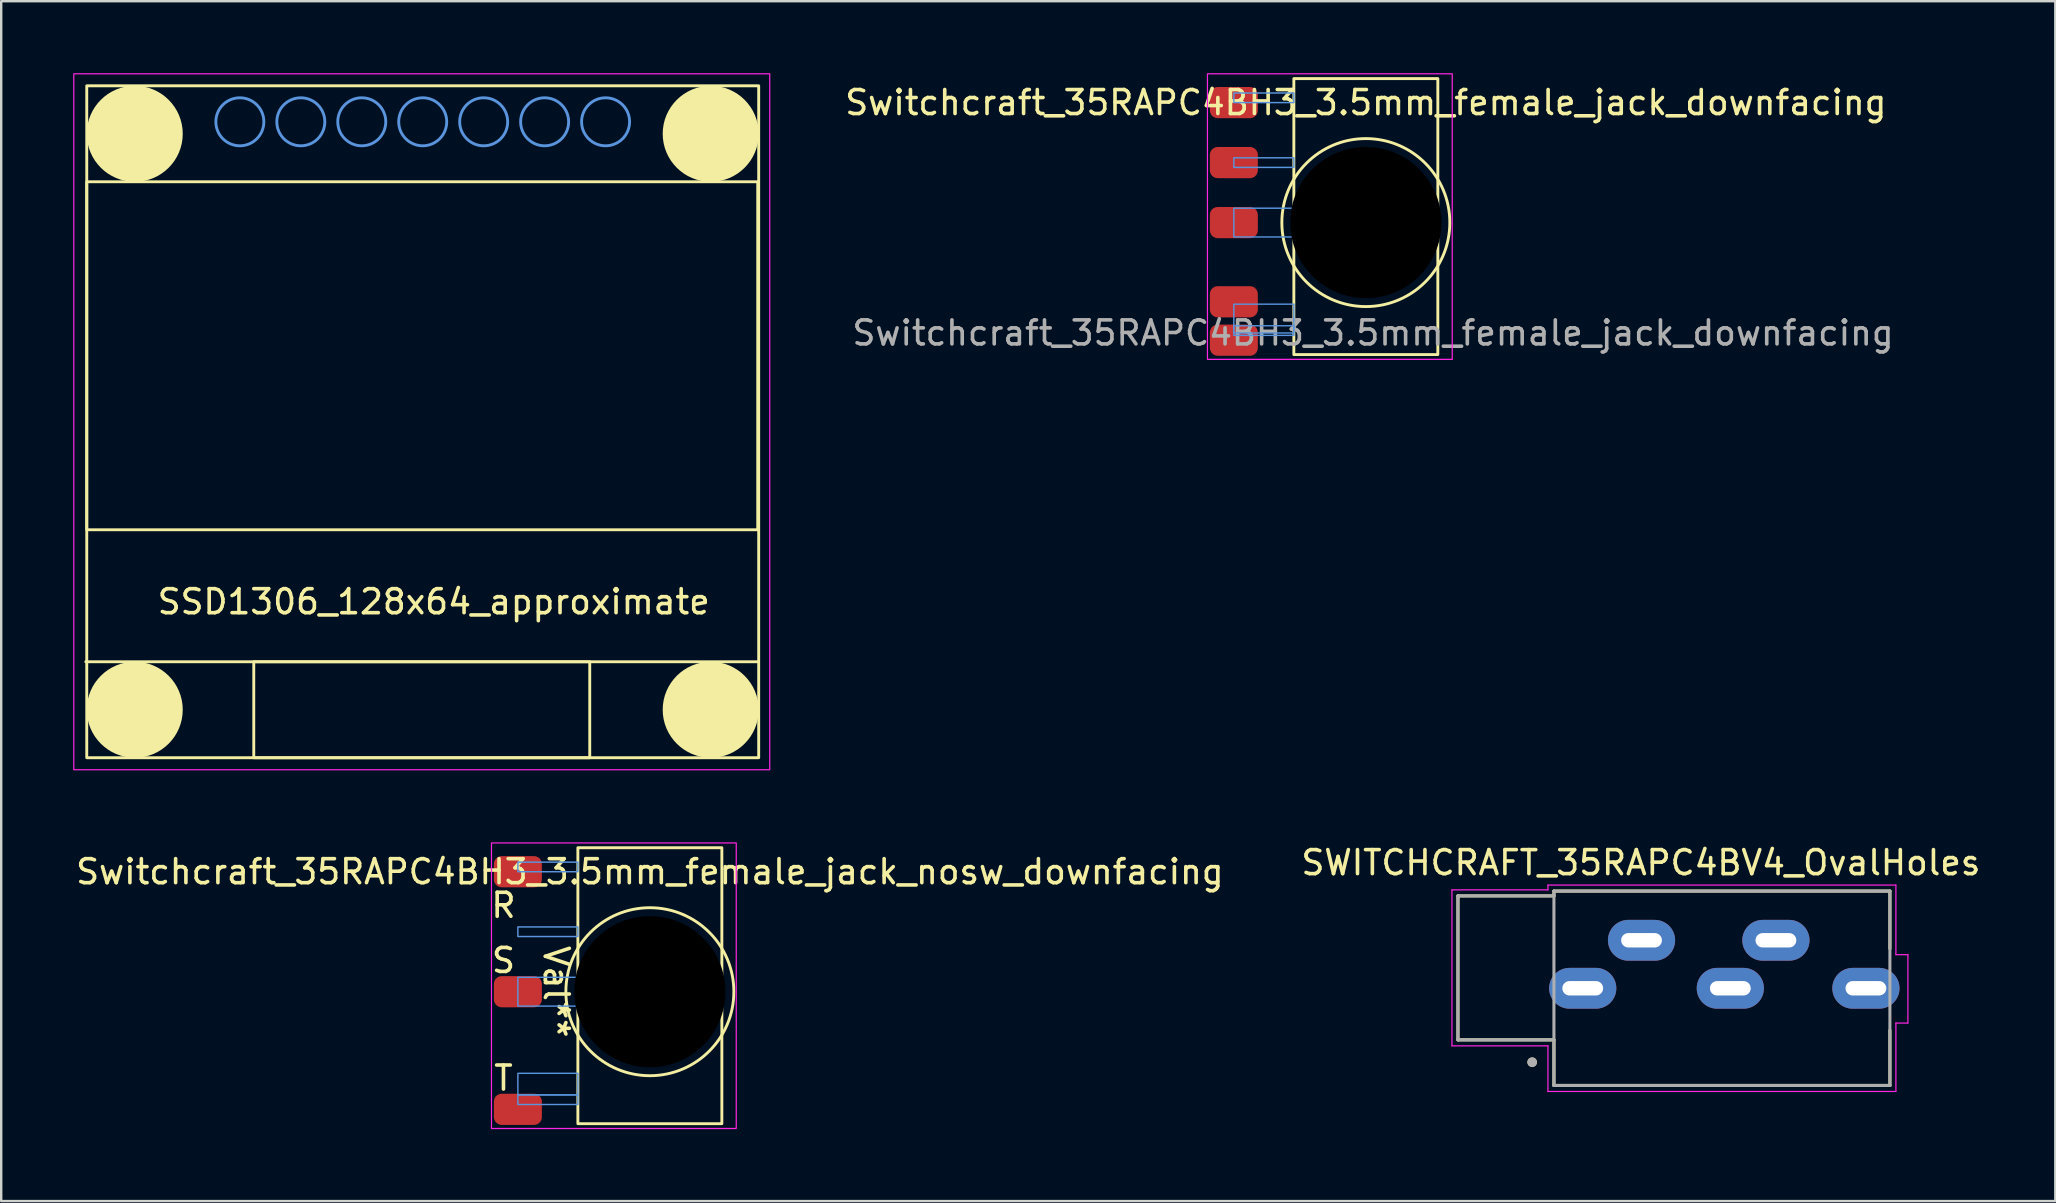
<source format=kicad_pcb>
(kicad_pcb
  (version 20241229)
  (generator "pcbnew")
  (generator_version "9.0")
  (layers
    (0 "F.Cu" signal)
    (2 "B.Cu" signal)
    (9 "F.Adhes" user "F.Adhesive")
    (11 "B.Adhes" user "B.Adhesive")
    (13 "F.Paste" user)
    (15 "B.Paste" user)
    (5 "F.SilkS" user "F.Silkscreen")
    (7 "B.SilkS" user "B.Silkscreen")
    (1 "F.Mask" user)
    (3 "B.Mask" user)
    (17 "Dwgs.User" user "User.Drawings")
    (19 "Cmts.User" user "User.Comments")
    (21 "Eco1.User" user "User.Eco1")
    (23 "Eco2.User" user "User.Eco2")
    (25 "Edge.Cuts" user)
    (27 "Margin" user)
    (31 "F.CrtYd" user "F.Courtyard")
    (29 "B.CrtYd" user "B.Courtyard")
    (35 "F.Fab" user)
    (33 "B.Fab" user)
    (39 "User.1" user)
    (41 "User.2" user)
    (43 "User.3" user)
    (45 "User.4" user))
  (footprint "SSD1306_128x64_approximate"
    (layer "F.Cu")
    (at 0.565 0.525)
    (property "Reference" "SSD1306_128x64_approximate" (at 14.46 21.5 0) (layer "F.SilkS") (effects (font (size 1 1) (thickness 0.15))))
    (attr through_hole)
    (fp_line (start -0.04 24) (end 27.96 24) (stroke (width 0.12) (type solid)) (layer "F.SilkS"))
    (fp_rect (start 0 0) (end 28 28) (stroke (width 0.12) (type solid)) (fill no) (layer "F.SilkS"))
    (fp_rect (start 6.96 24) (end 20.96 28) (stroke (width 0.12) (type solid)) (fill no) (layer "F.SilkS"))
    (fp_rect (start 27.96 4) (end 0 18.5) (stroke (width 0.12) (type solid)) (fill no) (layer "F.SilkS"))
    (fp_circle (center 2 2) (end 4 2) (stroke (width 0) (type solid)) (fill yes) (layer "F.SilkS"))
    (fp_circle (center 2 26) (end 4 26) (stroke (width 0) (type solid)) (fill yes) (layer "F.SilkS"))
    (fp_circle (center 26 2) (end 28 2) (stroke (width 0) (type solid)) (fill yes) (layer "F.SilkS"))
    (fp_circle (center 26 26) (end 28 26) (stroke (width 0) (type solid)) (fill yes) (layer "F.SilkS"))
    (fp_circle (center 6.38 1.5) (end 7.38 1.5) (stroke (width 0.12) (type solid)) (fill no) (layer "Cmts.User"))
    (fp_circle (center 8.92 1.5) (end 9.92 1.5) (stroke (width 0.12) (type solid)) (fill no) (layer "Cmts.User"))
    (fp_circle (center 11.46 1.5) (end 12.46 1.5) (stroke (width 0.12) (type solid)) (fill no) (layer "Cmts.User"))
    (fp_circle (center 14 1.5) (end 15 1.5) (stroke (width 0.12) (type solid)) (fill no) (layer "Cmts.User"))
    (fp_circle (center 16.54 1.5) (end 17.54 1.5) (stroke (width 0.12) (type solid)) (fill no) (layer "Cmts.User"))
    (fp_circle (center 19.08 1.5) (end 20.08 1.5) (stroke (width 0.12) (type solid)) (fill no) (layer "Cmts.User"))
    (fp_circle (center 21.62 1.5) (end 22.62 1.5) (stroke (width 0.12) (type solid)) (fill no) (layer "Cmts.User"))
    (fp_rect (start -0.54 -0.5) (end 28.46 28.5) (stroke (width 0.05) (type solid)) (fill no) (layer "F.CrtYd")))
  (footprint "Switchcraft_35RAPC4BH3_3.5mm_female_jack_nosw_downfacing"
    (layer "F.Cu")
    (at 24.03 38.275)
    (property "Reference" "Switchcraft_35RAPC4BH3_3.5mm_female_jack_nosw_downfacing" (at 0 -5 0) (layer "F.SilkS") (effects (font (size 1 1) (thickness 0.15))))
    (property "Value" "Val**" (at -4.7 -3.3 0) (layer "F.Fab") (hide yes) (effects (font (size 1 1) (thickness 0.125))))
    (attr through_hole)
    (fp_rect (start -3 -6) (end 3 5.5) (stroke (width 0.12) (type solid)) (fill no) (layer "F.SilkS"))
    (fp_circle (center 0 0) (end 3.5 0) (stroke (width 0.12) (type solid)) (fill no) (layer "F.SilkS"))
    (fp_rect (start -5.5 -0.6) (end -3 0.6) (stroke (width 0.06) (type solid)) (fill no) (layer "Cmts.User"))
    (fp_rect (start -5.5 3.4) (end -3 4.3) (stroke (width 0.06) (type solid)) (fill no) (layer "Cmts.User"))
    (fp_rect (start -3 -5.4) (end -5.5 -5) (stroke (width 0.06) (type solid)) (fill no) (layer "Cmts.User"))
    (fp_rect (start -3 -2.7) (end -5.5 -2.3) (stroke (width 0.06) (type solid)) (fill no) (layer "Cmts.User"))
    (fp_rect (start -3 4.3) (end -5.5 4.7) (stroke (width 0.06) (type solid)) (fill no) (layer "Cmts.User"))
    (fp_rect (start -6.6 -6.2) (end 3.6 5.7) (stroke (width 0.05) (type solid)) (fill no) (layer "F.CrtYd"))
    (fp_text user "R" (at -6.1 -3.6 0) (unlocked yes) (layer "F.SilkS") (effects (font (size 1 1) (thickness 0.15))))
    (fp_text user "S" (at -6.1 -1.3 0) (unlocked yes) (layer "F.SilkS") (effects (font (size 1 1) (thickness 0.15))))
    (fp_text user "T" (at -6.1 3.6 0) (unlocked yes) (layer "F.SilkS") (effects (font (size 1 1) (thickness 0.15))))
    (fp_text user "${VALUE}" (at -3.9 0 270) (unlocked yes) (layer "F.SilkS") (effects (font (size 1 1) (thickness 0.15))))
    (pad "" np_thru_hole circle (at 0 0) (size 6.3 6.3) (drill 6.3) (layers "*.Mask"))
    (pad "1" smd roundrect (at -5.5 0) (size 2 1.3) (layers "F.Cu" "F.Mask" "F.Paste") (roundrect_rratio 0.25))
    (pad "2" smd roundrect (at -5.5 -5) (size 2 1.3) (layers "F.Cu" "F.Mask" "F.Paste") (roundrect_rratio 0.25))
    (pad "5" smd roundrect (at -5.5 4.9) (size 2 1.3) (layers "F.Cu" "F.Mask" "F.Paste") (roundrect_rratio 0.25)))
  (footprint "Switchcraft_35RAPC4BH3_3.5mm_female_jack_downfacing"
    (layer "F.Cu")
    (at 53.865 6.225)
    (property "Reference" "Switchcraft_35RAPC4BH3_3.5mm_female_jack_downfacing" (at 0 -5 0) (layer "F.SilkS") (effects (font (size 1 1) (thickness 0.15))))
    (attr through_hole)
    (fp_rect (start -3 -6) (end 3 5.5) (stroke (width 0.12) (type solid)) (fill no) (layer "F.SilkS"))
    (fp_circle (center 0 0) (end 3.5 0) (stroke (width 0.12) (type solid)) (fill no) (layer "F.SilkS"))
    (fp_rect (start -5.5 -0.6) (end -3 0.6) (stroke (width 0.06) (type solid)) (fill no) (layer "Cmts.User"))
    (fp_rect (start -5.5 3.4) (end -3 4.6) (stroke (width 0.06) (type solid)) (fill no) (layer "Cmts.User"))
    (fp_rect (start -3 -5.4) (end -5.5 -5) (stroke (width 0.06) (type solid)) (fill no) (layer "Cmts.User"))
    (fp_rect (start -3 -2.7) (end -5.5 -2.3) (stroke (width 0.06) (type solid)) (fill no) (layer "Cmts.User"))
    (fp_rect (start -3 4.3) (end -5.5 4.7) (stroke (width 0.06) (type solid)) (fill no) (layer "Cmts.User"))
    (fp_rect (start -6.6 -6.2) (end 3.6 5.7) (stroke (width 0.05) (type solid)) (fill no) (layer "F.CrtYd"))
    (fp_text user "${REFERENCE}" (at 0.3 4.6 0) (unlocked yes) (layer "F.Fab") (effects (font (size 1 1) (thickness 0.15))))
    (pad "" np_thru_hole circle (at 0 0) (size 6.3 6.3) (drill 6.3) (layers "*.Mask"))
    (pad "1" smd roundrect (at -5.5 0) (size 2 1.3) (layers "F.Cu" "F.Mask" "F.Paste") (roundrect_rratio 0.25))
    (pad "2" smd roundrect (at -5.5 -5) (size 2 1.3) (layers "F.Cu" "F.Mask" "F.Paste") (roundrect_rratio 0.25))
    (pad "3" smd roundrect (at -5.5 -2.5) (size 2 1.3) (layers "F.Cu" "F.Mask" "F.Paste") (roundrect_rratio 0.25))
    (pad "4" smd roundrect (at -5.5 3.3) (size 2 1.3) (layers "F.Cu" "F.Mask" "F.Paste") (roundrect_rratio 0.25))
    (pad "5" smd roundrect (at -5.5 4.9) (size 2 1.3) (layers "F.Cu" "F.Mask" "F.Paste") (roundrect_rratio 0.25)))
  (footprint "SWITCHCRAFT_35RAPC4BV4_OvalHoles"
    (layer "F.Cu")
    (at 66.703 38.132)
    (property "Reference" "SWITCHCRAFT_35RAPC4BV4_OvalHoles" (at -1.376 -5.234 0) (layer "F.SilkS") (effects (font (size 1 1) (thickness 0.15))))
    (attr through_hole)
    (fp_line (start -9 -3.85) (end -5 -3.85) (stroke (width 0.127) (type solid)) (layer "F.SilkS"))
    (fp_line (start -9 2.15) (end -9 -3.85) (stroke (width 0.127) (type solid)) (layer "F.SilkS"))
    (fp_line (start -5 -4.05) (end 9 -4.05) (stroke (width 0.127) (type solid)) (layer "F.SilkS"))
    (fp_line (start -5 -3.85) (end -5 -4.05) (stroke (width 0.127) (type solid)) (layer "F.SilkS"))
    (fp_line (start -5 2.15) (end -9 2.15) (stroke (width 0.127) (type solid)) (layer "F.SilkS"))
    (fp_line (start -5 4.05) (end -5 2.15) (stroke (width 0.127) (type solid)) (layer "F.SilkS"))
    (fp_line (start 9 -4.05) (end 9 -1.65) (stroke (width 0.127) (type solid)) (layer "F.SilkS"))
    (fp_line (start 9 1.75) (end 9 4.05) (stroke (width 0.127) (type solid)) (layer "F.SilkS"))
    (fp_line (start 9 4.05) (end -5 4.05) (stroke (width 0.127) (type solid)) (layer "F.SilkS"))
    (fp_circle (center -5.907 3.08) (end -5.807 3.08) (stroke (width 0.2) (type solid)) (fill no) (layer "F.SilkS"))
    (fp_line (start -9.25 -4.1) (end -5.25 -4.1) (stroke (width 0.05) (type solid)) (layer "F.CrtYd"))
    (fp_line (start -9.25 2.4) (end -9.25 -4.1) (stroke (width 0.05) (type solid)) (layer "F.CrtYd"))
    (fp_line (start -5.25 -4.3) (end 9.25 -4.3) (stroke (width 0.05) (type solid)) (layer "F.CrtYd"))
    (fp_line (start -5.25 -4.1) (end -5.25 -4.3) (stroke (width 0.05) (type solid)) (layer "F.CrtYd"))
    (fp_line (start -5.25 2.4) (end -9.25 2.4) (stroke (width 0.05) (type solid)) (layer "F.CrtYd"))
    (fp_line (start -5.25 4.3) (end -5.25 2.4) (stroke (width 0.05) (type solid)) (layer "F.CrtYd"))
    (fp_line (start 9.25 -4.3) (end 9.25 -1.4) (stroke (width 0.05) (type solid)) (layer "F.CrtYd"))
    (fp_line (start 9.25 -1.4) (end 9.75 -1.4) (stroke (width 0.05) (type solid)) (layer "F.CrtYd"))
    (fp_line (start 9.25 1.45) (end 9.25 4.3) (stroke (width 0.05) (type solid)) (layer "F.CrtYd"))
    (fp_line (start 9.25 4.3) (end -5.25 4.3) (stroke (width 0.05) (type solid)) (layer "F.CrtYd"))
    (fp_line (start 9.75 -1.4) (end 9.75 1.45) (stroke (width 0.05) (type solid)) (layer "F.CrtYd"))
    (fp_line (start 9.75 1.45) (end 9.25 1.45) (stroke (width 0.05) (type solid)) (layer "F.CrtYd"))
    (fp_line (start -9 -3.85) (end -5 -3.85) (stroke (width 0.127) (type solid)) (layer "F.Fab"))
    (fp_line (start -9 2.15) (end -9 -3.85) (stroke (width 0.127) (type solid)) (layer "F.Fab"))
    (fp_line (start -5 -4.05) (end -5 4.05) (stroke (width 0.127) (type solid)) (layer "F.Fab"))
    (fp_line (start -5 -4.05) (end 9 -4.05) (stroke (width 0.127) (type solid)) (layer "F.Fab"))
    (fp_line (start -5 2.15) (end -9 2.15) (stroke (width 0.127) (type solid)) (layer "F.Fab"))
    (fp_line (start 9 -4.05) (end 9 4.05) (stroke (width 0.127) (type solid)) (layer "F.Fab"))
    (fp_line (start 9 4.05) (end -5 4.05) (stroke (width 0.127) (type solid)) (layer "F.Fab"))
    (fp_circle (center -5.907 3.08) (end -5.807 3.08) (stroke (width 0.2) (type solid)) (fill no) (layer "F.Fab"))
    (pad "1" thru_hole oval (at -3.8 0) (size 2.8 1.7) (drill oval 1.7 0.6) (layers "*.Cu" "*.Mask"))
    (pad "2" thru_hole oval (at -1.35 -2) (size 2.8 1.7) (drill oval 1.7 0.6) (layers "*.Cu" "*.Mask"))
    (pad "3" thru_hole oval (at 2.35 0) (size 2.8 1.7) (drill oval 1.7 0.6) (layers "*.Cu" "*.Mask"))
    (pad "4" thru_hole oval (at 4.25 -2) (size 2.8 1.7) (drill oval 1.7 0.6) (layers "*.Cu" "*.Mask"))
    (pad "5" thru_hole oval (at 8 0) (size 2.8 1.7) (drill oval 1.7 0.6) (layers "*.Cu" "*.Mask")))
  (gr_rect
    (start -3 -3)
    (end 82.595 47)
    (stroke (width 0.1) (type default))
    (fill no)
    (layer "Edge.Cuts")))
</source>
